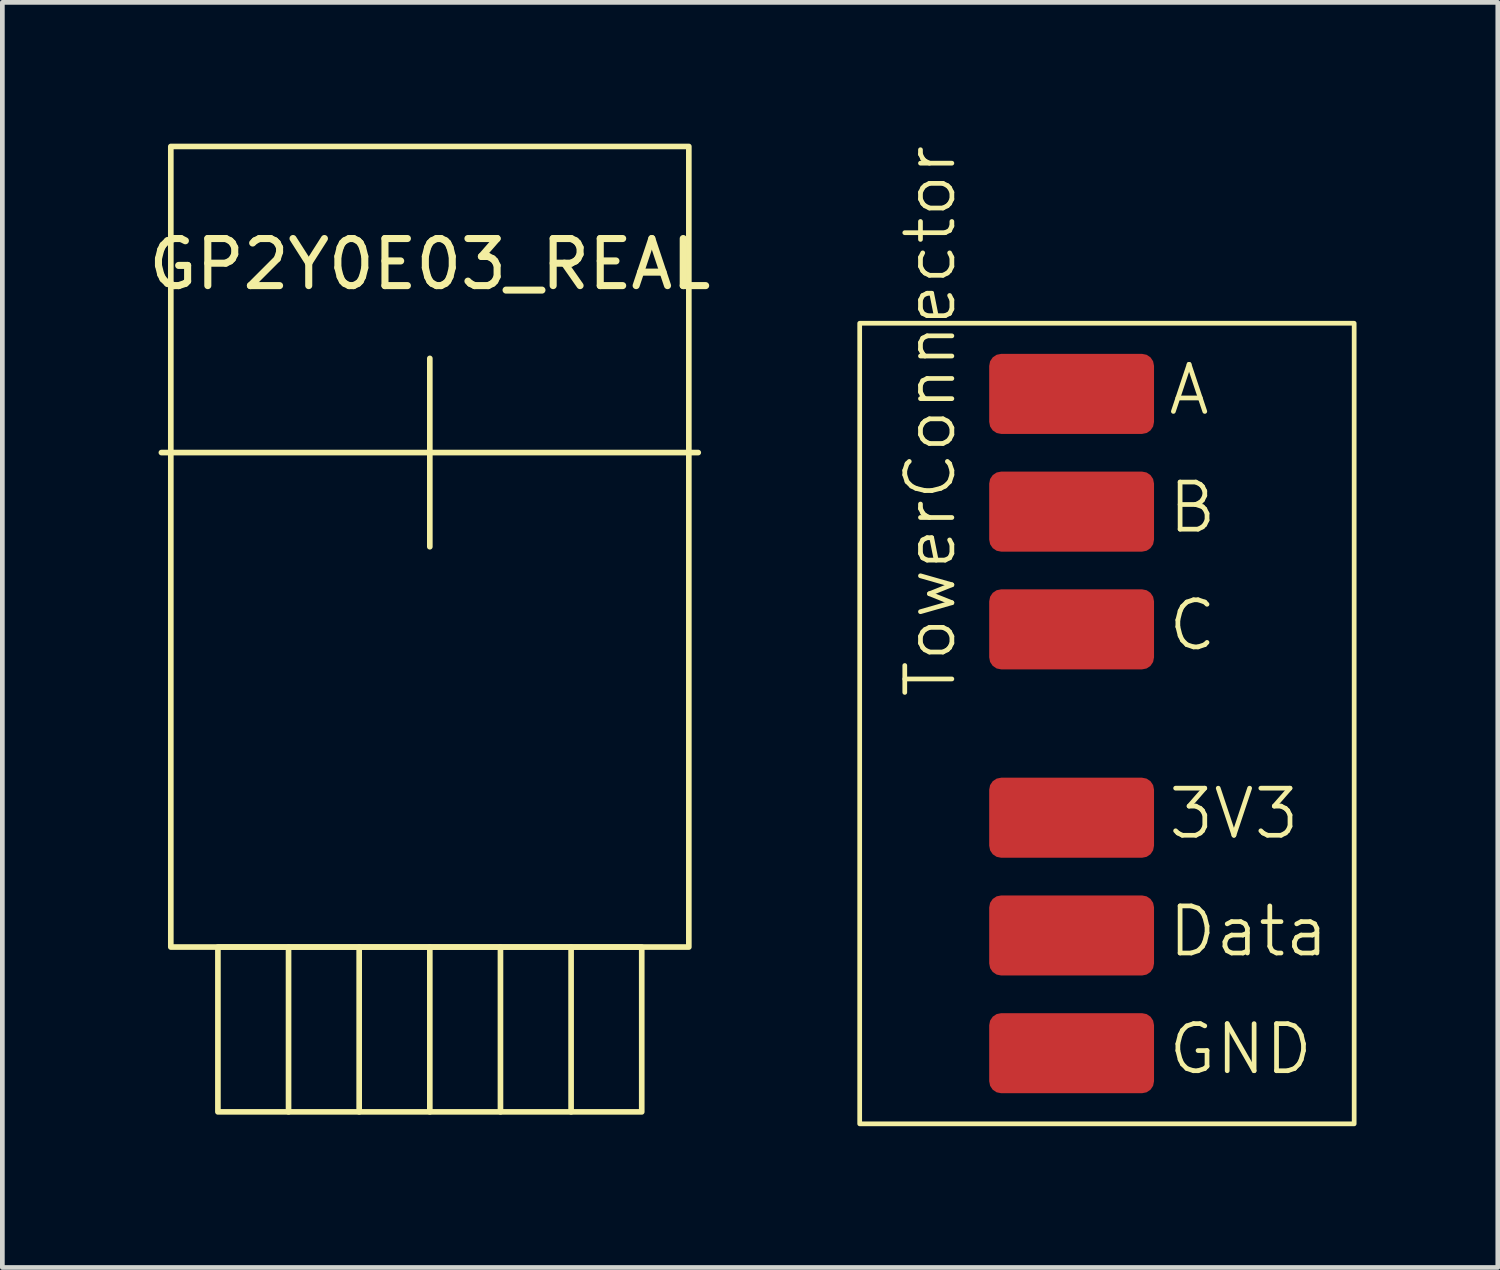
<source format=kicad_pcb>
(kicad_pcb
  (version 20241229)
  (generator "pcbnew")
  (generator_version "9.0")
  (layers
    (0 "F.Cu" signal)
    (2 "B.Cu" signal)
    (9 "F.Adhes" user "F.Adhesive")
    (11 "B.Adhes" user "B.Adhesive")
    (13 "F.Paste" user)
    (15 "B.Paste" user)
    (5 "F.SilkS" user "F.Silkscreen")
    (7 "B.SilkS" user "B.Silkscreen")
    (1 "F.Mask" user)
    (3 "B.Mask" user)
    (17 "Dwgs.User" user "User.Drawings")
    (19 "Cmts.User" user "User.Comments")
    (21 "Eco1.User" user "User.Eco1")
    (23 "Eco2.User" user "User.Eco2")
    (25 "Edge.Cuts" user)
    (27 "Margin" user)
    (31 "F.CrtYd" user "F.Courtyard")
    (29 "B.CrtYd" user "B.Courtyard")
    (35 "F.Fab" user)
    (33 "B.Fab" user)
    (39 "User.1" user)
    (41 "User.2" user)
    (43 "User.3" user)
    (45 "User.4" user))
  (footprint "GP2Y0E03_REAL"
    (layer "F.Cu")
    (at 6.077 6.56)
    (property "Reference" "GP2Y0E03_REAL" (at 0 -4 0) (unlocked yes) (layer "F.SilkS") (effects (font (size 1 1) (thickness 0.15))))
    (attr smd)
    (fp_line (start -5.7 0) (end 5.7 0) (stroke (width 0.12) (type solid)) (layer "F.SilkS"))
    (fp_line (start -3 10.5) (end -3 14) (stroke (width 0.12) (type solid)) (layer "F.SilkS"))
    (fp_line (start -1.5 10.5) (end -1.5 14) (stroke (width 0.12) (type solid)) (layer "F.SilkS"))
    (fp_line (start 0 -2) (end 0 2) (stroke (width 0.12) (type solid)) (layer "F.SilkS"))
    (fp_line (start 0 10.5) (end 0 14) (stroke (width 0.12) (type solid)) (layer "F.SilkS"))
    (fp_line (start 1.5 10.5) (end 1.5 14) (stroke (width 0.12) (type solid)) (layer "F.SilkS"))
    (fp_line (start 3 10.5) (end 3 14) (stroke (width 0.12) (type solid)) (layer "F.SilkS"))
    (fp_rect (start -5.5 -6.5) (end 5.5 10.5) (stroke (width 0.12) (type solid)) (fill no) (layer "F.SilkS"))
    (fp_rect (start -4.5 10.5) (end 4.5 14) (stroke (width 0.12) (type solid)) (fill no) (layer "F.SilkS")))
  (footprint "TowerConnector"
    (layer "F.Cu")
    (at 19.705 12.314)
    (property "Reference" "TowerConnector" (at -3 -0.5 90) (unlocked yes) (layer "F.SilkS") (effects (font (size 1 1) (thickness 0.1)) (justify left)))
    (attr smd)
    (fp_rect (start -4.5 -8.5) (end 6 8.5) (stroke (width 0.1) (type default)) (fill no) (layer "F.SilkS"))
    (fp_text user "GND" (at 2 7.5 0) (unlocked yes) (layer "F.SilkS") (effects (font (size 1 1) (thickness 0.1)) (justify left bottom)))
    (fp_text user "3V3" (at 2 2.5 0) (unlocked yes) (layer "F.SilkS") (effects (font (size 1 1) (thickness 0.1)) (justify left bottom)))
    (fp_text user "Data" (at 2 5 0) (unlocked yes) (layer "F.SilkS") (effects (font (size 1 1) (thickness 0.1)) (justify left bottom)))
    (fp_text user "A" (at 2 -6.5 0) (unlocked yes) (layer "F.SilkS") (effects (font (size 1 1) (thickness 0.1)) (justify left bottom)))
    (fp_text user "C" (at 2 -1.5 0) (unlocked yes) (layer "F.SilkS") (effects (font (size 1 1) (thickness 0.1)) (justify left bottom)))
    (fp_text user "B" (at 2 -4 0) (unlocked yes) (layer "F.SilkS") (effects (font (size 1 1) (thickness 0.1)) (justify left bottom)))
    (pad "1" smd roundrect (at 0 -7) (size 3.5 1.7) (layers "F.Cu" "F.Mask" "F.Paste") (roundrect_rratio 0.15))
    (pad "2" smd roundrect (at 0 -4.5) (size 3.5 1.7) (layers "F.Cu" "F.Mask" "F.Paste") (roundrect_rratio 0.15))
    (pad "3" smd roundrect (at 0 -2) (size 3.5 1.7) (layers "F.Cu" "F.Mask" "F.Paste") (roundrect_rratio 0.15))
    (pad "4" smd roundrect (at 0 2) (size 3.5 1.7) (layers "F.Cu" "F.Mask" "F.Paste") (roundrect_rratio 0.15))
    (pad "5" smd roundrect (at 0 4.5) (size 3.5 1.7) (layers "F.Cu" "F.Mask" "F.Paste") (roundrect_rratio 0.15))
    (pad "6" smd roundrect (at 0 7) (size 3.5 1.7) (layers "F.Cu" "F.Mask" "F.Paste") (roundrect_rratio 0.15)))
  (gr_rect
    (start -3 -3)
    (end 28.755 23.864)
    (stroke (width 0.1) (type default))
    (fill no)
    (layer "Edge.Cuts")))
</source>
